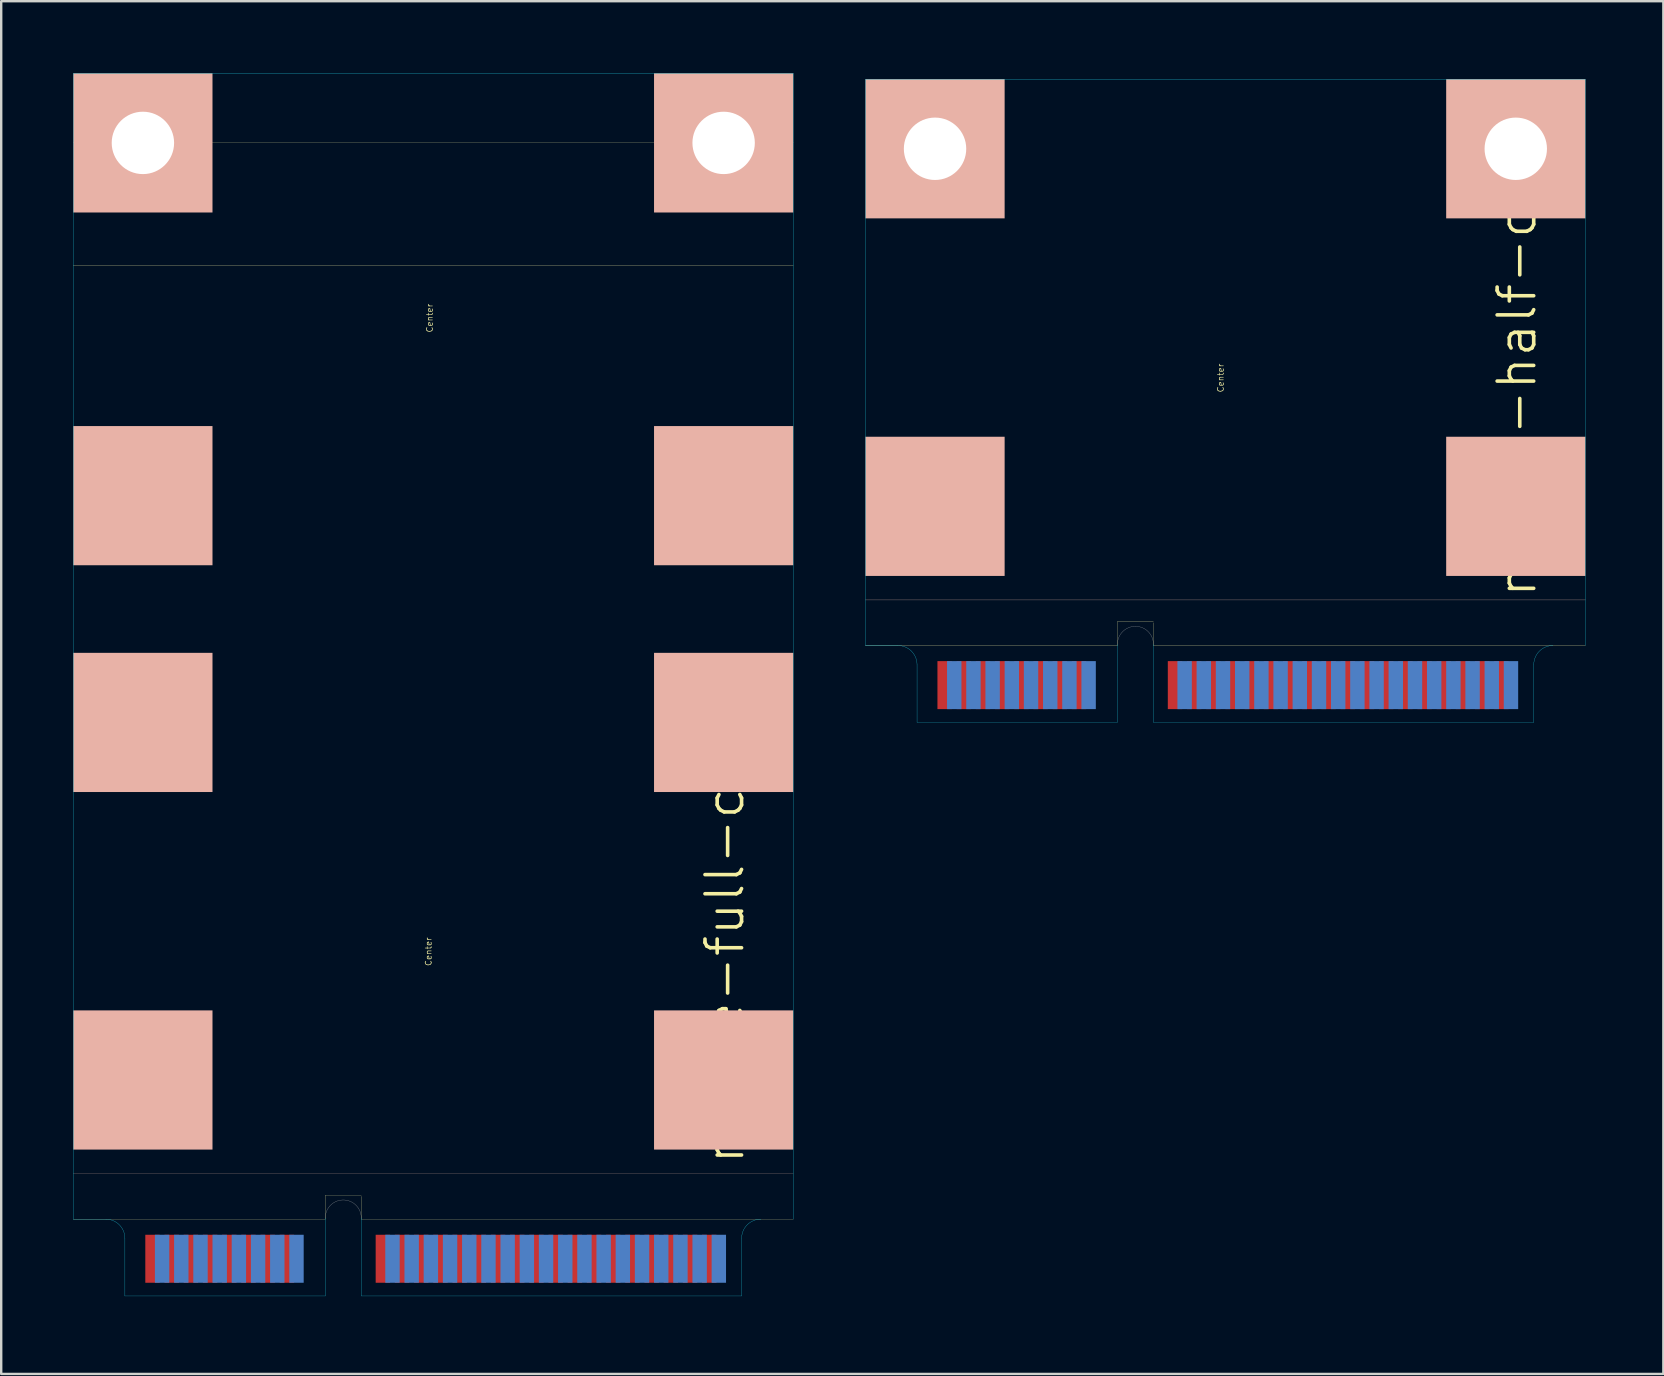
<source format=kicad_pcb>
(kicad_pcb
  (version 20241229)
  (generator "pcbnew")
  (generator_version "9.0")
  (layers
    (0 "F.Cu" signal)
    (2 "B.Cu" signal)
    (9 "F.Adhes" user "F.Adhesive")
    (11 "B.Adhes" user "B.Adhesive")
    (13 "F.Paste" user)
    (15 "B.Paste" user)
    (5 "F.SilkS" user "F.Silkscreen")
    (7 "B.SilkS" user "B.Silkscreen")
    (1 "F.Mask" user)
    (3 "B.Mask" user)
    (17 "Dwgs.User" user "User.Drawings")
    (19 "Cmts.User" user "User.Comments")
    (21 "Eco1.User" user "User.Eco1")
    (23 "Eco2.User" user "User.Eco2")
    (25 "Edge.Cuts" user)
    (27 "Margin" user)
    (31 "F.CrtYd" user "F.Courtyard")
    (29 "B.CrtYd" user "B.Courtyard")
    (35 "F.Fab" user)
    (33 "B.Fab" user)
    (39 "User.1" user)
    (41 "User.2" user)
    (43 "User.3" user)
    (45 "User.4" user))
  (footprint "mpcie-full-card"
    (layer "F.Cu")
    (at 15.005 50.955)
    (property "Reference" "mpcie-full-card" (at 12.15 -15.2 90) (layer "F.SilkS") (effects (font (size 1.524 1.524) (thickness 0.15))))
    (attr through_hole)
    (fp_line (start -15 -3.2) (end -4.5 -3.2) (stroke (width 0.01) (type solid)) (layer "F.SilkS"))
    (fp_line (start -4.5 -4.2) (end -3 -4.2) (stroke (width 0.01) (type solid)) (layer "F.SilkS"))
    (fp_line (start -4.5 -3.2) (end -4.5 -4.2) (stroke (width 0.01) (type solid)) (layer "F.SilkS"))
    (fp_line (start -3 -4.15) (end -3 -3.2) (stroke (width 0.01) (type solid)) (layer "F.SilkS"))
    (fp_line (start -3 -3.2) (end 15 -3.2) (stroke (width 0.01) (type solid)) (layer "F.SilkS"))
    (fp_line (start 15 -48.05) (end -15 -48.05) (stroke (width 0.01) (type solid)) (layer "F.SilkS"))
    (fp_line (start 15 -42.95) (end -15 -42.95) (stroke (width 0.01) (type solid)) (layer "F.SilkS"))
    (fp_line (start -15 -5.1) (end 15 -5.1) (stroke (width 0.01) (type solid)) (layer "B.SilkS"))
    (fp_line (start -3.75 -4.5) (end -3.75 -0.15) (stroke (width 0.01) (type solid)) (layer "Eco1.User"))
    (fp_line (start 0 0) (end 0 -50.95) (stroke (width 0.01) (type solid)) (layer "Eco1.User"))
    (fp_line (start 15 -3.2) (end 13.65 -3.2) (stroke (width 0.01) (type solid)) (layer "Eco2.User"))
    (fp_line (start -15 -50.95) (end -15 -3.2) (stroke (width 0.01) (type solid)) (layer "B.CrtYd"))
    (fp_line (start -13.65 -3.2) (end -15 -3.2) (stroke (width 0.01) (type solid)) (layer "B.CrtYd"))
    (fp_line (start -12.85 0) (end -12.85 -2.4) (stroke (width 0.01) (type solid)) (layer "B.CrtYd"))
    (fp_line (start -4.5 0) (end -12.85 0) (stroke (width 0.01) (type solid)) (layer "B.CrtYd"))
    (fp_line (start -4.5 0) (end -4.5 -3.25) (stroke (width 0.01) (type solid)) (layer "B.CrtYd"))
    (fp_line (start -3 0) (end -3 -3.25) (stroke (width 0.01) (type solid)) (layer "B.CrtYd"))
    (fp_line (start -3 0) (end 12.85 0) (stroke (width 0.01) (type solid)) (layer "B.CrtYd"))
    (fp_line (start 12.85 0) (end 12.85 -2.4) (stroke (width 0.01) (type solid)) (layer "B.CrtYd"))
    (fp_line (start 15 -50.95) (end -15 -50.95) (stroke (width 0.01) (type solid)) (layer "B.CrtYd"))
    (fp_line (start 15 -3.2) (end 15 -50.95) (stroke (width 0.01) (type solid)) (layer "B.CrtYd"))
    (fp_arc (start -13.65 -3.2) (mid -13.084315 -2.965685) (end -12.85 -2.4) (stroke (width 0.01) (type solid)) (layer "B.CrtYd"))
    (fp_arc (start 12.85 -2.4) (mid 13.084315 -2.965685) (end 13.65 -3.2) (stroke (width 0.01) (type solid)) (layer "B.CrtYd"))
    (fp_arc (start -4.5 -3.25) (mid -3.75 -4) (end -3 -3.25) (stroke (width 0.01) (type solid)) (layer "F.Fab"))
    (fp_text user "Center" (at -0.15 -40.75 90) (layer "F.SilkS") (effects (font (size 0.25 0.25) (thickness 0.025))))
    (fp_text user "Center" (at -0.2 -14.35 90) (layer "F.SilkS") (effects (font (size 0.25 0.25) (thickness 0.025))))
    (pad "" np_thru_hole circle (at -12.1 -48.05) (size 2.6 2.6) (drill 2.6) (layers "*.Cu" "*.Mask" "F.SilkS"))
    (pad "" connect rect (at -12.1 -48.05) (size 5.8 5.8) (layers "B.SilkS"))
    (pad "" connect rect (at -12.1 -33.35) (size 5.8 5.8) (layers "B.SilkS"))
    (pad "" connect rect (at -12.1 -23.9) (size 5.8 5.8) (layers "B.SilkS"))
    (pad "" connect rect (at -12.1 -9) (size 5.8 5.8) (layers "B.SilkS"))
    (pad "" np_thru_hole circle (at 12.1 -48.05) (size 2.6 2.6) (drill 2.6) (layers "*.Cu" "*.Mask" "F.SilkS"))
    (pad "" connect rect (at 12.1 -48.05) (size 5.8 5.8) (layers "B.SilkS"))
    (pad "" connect rect (at 12.1 -33.35) (size 5.8 5.8) (layers "B.SilkS"))
    (pad "" connect rect (at 12.1 -23.9) (size 5.8 5.8) (layers "B.SilkS"))
    (pad "" connect rect (at 12.1 -9) (size 5.8 5.8) (layers "B.SilkS"))
    (pad "1" smd rect (at -11.7 -1.55) (size 0.6 2) (layers "F.Cu" "F.Mask"))
    (pad "2" smd rect (at -11.3 -1.55) (size 0.6 2) (layers "B.Cu" "B.Mask"))
    (pad "3" smd rect (at -10.9 -1.55) (size 0.6 2) (layers "F.Cu" "F.Mask"))
    (pad "4" smd rect (at -10.5 -1.55) (size 0.6 2) (layers "B.Cu" "B.Mask"))
    (pad "5" smd rect (at -10.1 -1.55) (size 0.6 2) (layers "F.Cu" "F.Mask"))
    (pad "6" smd rect (at -9.7 -1.55) (size 0.6 2) (layers "B.Cu" "B.Mask"))
    (pad "7" smd rect (at -9.3 -1.55) (size 0.6 2) (layers "F.Cu" "F.Mask"))
    (pad "8" smd rect (at -8.9 -1.55) (size 0.6 2) (layers "B.Cu" "B.Mask"))
    (pad "9" smd rect (at -8.5 -1.55) (size 0.6 2) (layers "F.Cu" "F.Mask"))
    (pad "10" smd rect (at -8.1 -1.55) (size 0.6 2) (layers "B.Cu" "B.Mask"))
    (pad "11" smd rect (at -7.7 -1.55) (size 0.6 2) (layers "F.Cu" "F.Mask"))
    (pad "12" smd rect (at -7.3 -1.55) (size 0.6 2) (layers "B.Cu" "B.Mask"))
    (pad "13" smd rect (at -6.9 -1.55) (size 0.6 2) (layers "F.Cu" "F.Mask"))
    (pad "14" smd rect (at -6.5 -1.55) (size 0.6 2) (layers "B.Cu" "B.Mask"))
    (pad "15" smd rect (at -6.1 -1.55) (size 0.6 2) (layers "F.Cu" "F.Mask"))
    (pad "16" smd rect (at -5.7 -1.55) (size 0.6 2) (layers "B.Cu" "B.Mask"))
    (pad "17" smd rect (at -2.1 -1.55) (size 0.6 2) (layers "F.Cu" "F.Mask"))
    (pad "18" smd rect (at -1.7 -1.55) (size 0.6 2) (layers "B.Cu" "B.Mask"))
    (pad "19" smd rect (at -1.3 -1.55) (size 0.6 2) (layers "F.Cu" "F.Mask"))
    (pad "20" smd rect (at -0.9 -1.55) (size 0.6 2) (layers "B.Cu" "B.Mask"))
    (pad "21" smd rect (at -0.5 -1.55) (size 0.6 2) (layers "F.Cu" "F.Mask"))
    (pad "22" smd rect (at -0.1 -1.55) (size 0.6 2) (layers "B.Cu" "B.Mask"))
    (pad "23" smd rect (at 0.3 -1.55) (size 0.6 2) (layers "F.Cu" "F.Mask"))
    (pad "24" smd rect (at 0.7 -1.55) (size 0.6 2) (layers "B.Cu" "B.Mask"))
    (pad "25" smd rect (at 1.1 -1.55) (size 0.6 2) (layers "F.Cu" "F.Mask"))
    (pad "26" smd rect (at 1.5 -1.55) (size 0.6 2) (layers "B.Cu" "B.Mask"))
    (pad "27" smd rect (at 1.9 -1.55) (size 0.6 2) (layers "F.Cu" "F.Mask"))
    (pad "28" smd rect (at 2.3 -1.55) (size 0.6 2) (layers "B.Cu" "B.Mask"))
    (pad "29" smd rect (at 2.7 -1.55) (size 0.6 2) (layers "F.Cu" "F.Mask"))
    (pad "30" smd rect (at 3.1 -1.55) (size 0.6 2) (layers "B.Cu" "B.Mask"))
    (pad "31" smd rect (at 3.5 -1.55) (size 0.6 2) (layers "F.Cu" "F.Mask"))
    (pad "32" smd rect (at 3.9 -1.55) (size 0.6 2) (layers "B.Cu" "B.Mask"))
    (pad "33" smd rect (at 4.3 -1.55) (size 0.6 2) (layers "F.Cu" "F.Mask"))
    (pad "34" smd rect (at 4.7 -1.55) (size 0.6 2) (layers "B.Cu" "B.Mask"))
    (pad "35" smd rect (at 5.1 -1.55) (size 0.6 2) (layers "F.Cu" "F.Mask"))
    (pad "36" smd rect (at 5.5 -1.55) (size 0.6 2) (layers "B.Cu" "B.Mask"))
    (pad "37" smd rect (at 5.9 -1.55) (size 0.6 2) (layers "F.Cu" "F.Mask"))
    (pad "38" smd rect (at 6.3 -1.55) (size 0.6 2) (layers "B.Cu" "B.Mask"))
    (pad "39" smd rect (at 6.7 -1.55) (size 0.6 2) (layers "F.Cu" "F.Mask"))
    (pad "40" smd rect (at 7.1 -1.55) (size 0.6 2) (layers "B.Cu" "B.Mask"))
    (pad "41" smd rect (at 7.5 -1.55) (size 0.6 2) (layers "F.Cu" "F.Mask"))
    (pad "42" smd rect (at 7.9 -1.55) (size 0.6 2) (layers "B.Cu" "B.Mask"))
    (pad "43" smd rect (at 8.3 -1.55) (size 0.6 2) (layers "F.Cu" "F.Mask"))
    (pad "44" smd rect (at 8.7 -1.55) (size 0.6 2) (layers "B.Cu" "B.Mask"))
    (pad "45" smd rect (at 9.1 -1.55) (size 0.6 2) (layers "F.Cu" "F.Mask"))
    (pad "46" smd rect (at 9.5 -1.55) (size 0.6 2) (layers "B.Cu" "B.Mask"))
    (pad "47" smd rect (at 9.9 -1.55) (size 0.6 2) (layers "F.Cu" "F.Mask"))
    (pad "48" smd rect (at 10.3 -1.55) (size 0.6 2) (layers "B.Cu" "B.Mask"))
    (pad "49" smd rect (at 10.7 -1.55) (size 0.6 2) (layers "F.Cu" "F.Mask"))
    (pad "50" smd rect (at 11.1 -1.55) (size 0.6 2) (layers "B.Cu" "B.Mask"))
    (pad "51" smd rect (at 11.5 -1.55) (size 0.6 2) (layers "F.Cu" "F.Mask"))
    (pad "52" smd rect (at 11.9 -1.55) (size 0.6 2) (layers "B.Cu" "B.Mask")))
  (footprint "mpcie-half-card"
    (layer "F.Cu")
    (at 63.015 0.25)
    (property "Reference" "mpcie-half-card" (at -2.85 11.6 90) (layer "F.SilkS") (effects (font (size 1.524 1.524) (thickness 0.15))))
    (attr through_hole)
    (fp_line (start -30 23.6) (end -19.5 23.6) (stroke (width 0.01) (type solid)) (layer "F.SilkS"))
    (fp_line (start -19.5 22.6) (end -18 22.6) (stroke (width 0.01) (type solid)) (layer "F.SilkS"))
    (fp_line (start -19.5 23.6) (end -19.5 22.6) (stroke (width 0.01) (type solid)) (layer "F.SilkS"))
    (fp_line (start -18 22.65) (end -18 23.6) (stroke (width 0.01) (type solid)) (layer "F.SilkS"))
    (fp_line (start -18 23.6) (end 0 23.6) (stroke (width 0.01) (type solid)) (layer "F.SilkS"))
    (fp_line (start -30 21.7) (end 0 21.7) (stroke (width 0.01) (type solid)) (layer "B.SilkS"))
    (fp_line (start -18.75 22.3) (end -18.75 26.65) (stroke (width 0.01) (type solid)) (layer "Eco1.User"))
    (fp_line (start -15 26.8) (end -15 0) (stroke (width 0.01) (type solid)) (layer "Eco1.User"))
    (fp_line (start 0 23.6) (end -1.35 23.6) (stroke (width 0.01) (type solid)) (layer "Eco2.User"))
    (fp_line (start -30 0) (end -30 23.6) (stroke (width 0.01) (type solid)) (layer "B.CrtYd"))
    (fp_line (start -28.65 23.6) (end -30 23.6) (stroke (width 0.01) (type solid)) (layer "B.CrtYd"))
    (fp_line (start -27.85 26.8) (end -27.85 24.4) (stroke (width 0.01) (type solid)) (layer "B.CrtYd"))
    (fp_line (start -19.5 26.8) (end -27.85 26.8) (stroke (width 0.01) (type solid)) (layer "B.CrtYd"))
    (fp_line (start -19.5 26.8) (end -19.5 23.55) (stroke (width 0.01) (type solid)) (layer "B.CrtYd"))
    (fp_line (start -18 26.8) (end -18 23.55) (stroke (width 0.01) (type solid)) (layer "B.CrtYd"))
    (fp_line (start -18 26.8) (end -2.15 26.8) (stroke (width 0.01) (type solid)) (layer "B.CrtYd"))
    (fp_line (start -2.15 26.8) (end -2.15 24.4) (stroke (width 0.01) (type solid)) (layer "B.CrtYd"))
    (fp_line (start 0 0) (end -30 0) (stroke (width 0.01) (type solid)) (layer "B.CrtYd"))
    (fp_line (start 0 23.6) (end 0 0) (stroke (width 0.01) (type solid)) (layer "B.CrtYd"))
    (fp_arc (start -28.65 23.6) (mid -28.084315 23.834315) (end -27.85 24.4) (stroke (width 0.01) (type solid)) (layer "B.CrtYd"))
    (fp_arc (start -2.15 24.4) (mid -1.915685 23.834315) (end -1.35 23.6) (stroke (width 0.01) (type solid)) (layer "B.CrtYd"))
    (fp_arc (start -19.5 23.55) (mid -18.75 22.8) (end -18 23.55) (stroke (width 0.01) (type solid)) (layer "F.Fab"))
    (fp_text user "Center" (at -15.2 12.45 90) (layer "F.SilkS") (effects (font (size 0.25 0.25) (thickness 0.025))))
    (pad "" np_thru_hole circle (at -27.1 2.9) (size 2.6 2.6) (drill 2.6) (layers "*.Cu" "*.Mask" "F.SilkS"))
    (pad "" connect rect (at -27.1 2.9) (size 5.8 5.8) (layers "B.SilkS"))
    (pad "" connect rect (at -27.1 17.8) (size 5.8 5.8) (layers "B.SilkS"))
    (pad "" np_thru_hole circle (at -2.9 2.9) (size 2.6 2.6) (drill 2.6) (layers "*.Cu" "*.Mask" "F.SilkS"))
    (pad "" connect rect (at -2.9 2.9) (size 5.8 5.8) (layers "B.SilkS"))
    (pad "" connect rect (at -2.9 17.8) (size 5.8 5.8) (layers "B.SilkS"))
    (pad "1" smd rect (at -26.7 25.25) (size 0.6 2) (layers "F.Cu" "F.Mask" "F.Paste"))
    (pad "2" smd rect (at -26.3 25.25) (size 0.6 2) (layers "F.Mask" "B.Cu" "F.Paste"))
    (pad "3" smd rect (at -25.9 25.25) (size 0.6 2) (layers "F.Cu" "F.Mask" "F.Paste"))
    (pad "4" smd rect (at -25.5 25.25) (size 0.6 2) (layers "F.Mask" "B.Cu" "F.Paste"))
    (pad "5" smd rect (at -25.1 25.25) (size 0.6 2) (layers "F.Cu" "F.Mask" "F.Paste"))
    (pad "6" smd rect (at -24.7 25.25) (size 0.6 2) (layers "F.Mask" "B.Cu" "F.Paste"))
    (pad "7" smd rect (at -24.3 25.25) (size 0.6 2) (layers "F.Cu" "F.Mask" "F.Paste"))
    (pad "8" smd rect (at -23.9 25.25) (size 0.6 2) (layers "F.Mask" "B.Cu" "F.Paste"))
    (pad "9" smd rect (at -23.5 25.25) (size 0.6 2) (layers "F.Cu" "F.Mask" "F.Paste"))
    (pad "10" smd rect (at -23.1 25.25) (size 0.6 2) (layers "F.Mask" "B.Cu" "F.Paste"))
    (pad "11" smd rect (at -22.7 25.25) (size 0.6 2) (layers "F.Cu" "F.Mask" "F.Paste"))
    (pad "12" smd rect (at -22.3 25.25) (size 0.6 2) (layers "F.Mask" "B.Cu" "F.Paste"))
    (pad "13" smd rect (at -21.9 25.25) (size 0.6 2) (layers "F.Cu" "F.Mask" "F.Paste"))
    (pad "14" smd rect (at -21.5 25.25) (size 0.6 2) (layers "F.Mask" "B.Cu" "F.Paste"))
    (pad "15" smd rect (at -21.1 25.25) (size 0.6 2) (layers "F.Cu" "F.Mask" "F.Paste"))
    (pad "16" smd rect (at -20.7 25.25) (size 0.6 2) (layers "F.Mask" "B.Cu" "F.Paste"))
    (pad "17" smd rect (at -17.1 25.25) (size 0.6 2) (layers "F.Cu" "F.Mask" "F.Paste"))
    (pad "18" smd rect (at -16.7 25.25) (size 0.6 2) (layers "F.Mask" "B.Cu" "F.Paste"))
    (pad "19" smd rect (at -16.3 25.25) (size 0.6 2) (layers "F.Cu" "F.Mask" "F.Paste"))
    (pad "20" smd rect (at -15.9 25.25) (size 0.6 2) (layers "F.Mask" "B.Cu" "F.Paste"))
    (pad "21" smd rect (at -15.5 25.25) (size 0.6 2) (layers "F.Cu" "F.Mask" "F.Paste"))
    (pad "22" smd rect (at -15.1 25.25) (size 0.6 2) (layers "F.Mask" "B.Cu" "F.Paste"))
    (pad "23" smd rect (at -14.7 25.25) (size 0.6 2) (layers "F.Cu" "F.Mask" "F.Paste"))
    (pad "24" smd rect (at -14.3 25.25) (size 0.6 2) (layers "F.Mask" "B.Cu" "F.Paste"))
    (pad "25" smd rect (at -13.9 25.25) (size 0.6 2) (layers "F.Cu" "F.Mask" "F.Paste"))
    (pad "26" smd rect (at -13.5 25.25) (size 0.6 2) (layers "F.Mask" "B.Cu" "F.Paste"))
    (pad "27" smd rect (at -13.1 25.25) (size 0.6 2) (layers "F.Cu" "F.Mask" "F.Paste"))
    (pad "28" smd rect (at -12.7 25.25) (size 0.6 2) (layers "F.Mask" "B.Cu" "F.Paste"))
    (pad "29" smd rect (at -12.3 25.25) (size 0.6 2) (layers "F.Cu" "F.Mask" "F.Paste"))
    (pad "30" smd rect (at -11.9 25.25) (size 0.6 2) (layers "F.Mask" "B.Cu" "F.Paste"))
    (pad "31" smd rect (at -11.5 25.25) (size 0.6 2) (layers "F.Cu" "F.Mask" "F.Paste"))
    (pad "32" smd rect (at -11.1 25.25) (size 0.6 2) (layers "F.Mask" "B.Cu" "F.Paste"))
    (pad "33" smd rect (at -10.7 25.25) (size 0.6 2) (layers "F.Cu" "F.Mask" "F.Paste"))
    (pad "34" smd rect (at -10.3 25.25) (size 0.6 2) (layers "F.Mask" "B.Cu" "F.Paste"))
    (pad "35" smd rect (at -9.9 25.25) (size 0.6 2) (layers "F.Cu" "F.Mask" "F.Paste"))
    (pad "36" smd rect (at -9.5 25.25) (size 0.6 2) (layers "F.Mask" "B.Cu" "F.Paste"))
    (pad "37" smd rect (at -9.1 25.25) (size 0.6 2) (layers "F.Cu" "F.Mask" "F.Paste"))
    (pad "38" smd rect (at -8.7 25.25) (size 0.6 2) (layers "F.Mask" "B.Cu" "F.Paste"))
    (pad "39" smd rect (at -8.3 25.25) (size 0.6 2) (layers "F.Cu" "F.Mask" "F.Paste"))
    (pad "40" smd rect (at -7.9 25.25) (size 0.6 2) (layers "F.Mask" "B.Cu" "F.Paste"))
    (pad "41" smd rect (at -7.5 25.25) (size 0.6 2) (layers "F.Cu" "F.Mask" "F.Paste"))
    (pad "42" smd rect (at -7.1 25.25) (size 0.6 2) (layers "F.Mask" "B.Cu" "F.Paste"))
    (pad "43" smd rect (at -6.7 25.25) (size 0.6 2) (layers "F.Cu" "F.Mask" "F.Paste"))
    (pad "44" smd rect (at -6.3 25.25) (size 0.6 2) (layers "F.Mask" "B.Cu" "F.Paste"))
    (pad "45" smd rect (at -5.9 25.25) (size 0.6 2) (layers "F.Cu" "F.Mask" "F.Paste"))
    (pad "46" smd rect (at -5.5 25.25) (size 0.6 2) (layers "F.Mask" "B.Cu" "F.Paste"))
    (pad "47" smd rect (at -5.1 25.25) (size 0.6 2) (layers "F.Cu" "F.Mask" "F.Paste"))
    (pad "48" smd rect (at -4.7 25.25) (size 0.6 2) (layers "F.Mask" "B.Cu" "F.Paste"))
    (pad "49" smd rect (at -4.3 25.25) (size 0.6 2) (layers "F.Cu" "F.Mask" "F.Paste"))
    (pad "50" smd rect (at -3.9 25.25) (size 0.6 2) (layers "F.Mask" "B.Cu" "F.Paste"))
    (pad "51" smd rect (at -3.5 25.25) (size 0.6 2) (layers "F.Cu" "F.Mask" "F.Paste"))
    (pad "52" smd rect (at -3.1 25.25) (size 0.6 2) (layers "F.Mask" "B.Cu" "F.Paste")))
  (gr_rect
    (start -3 -3)
    (end 66.265 54.205)
    (stroke (width 0.1) (type default))
    (fill no)
    (layer "Edge.Cuts")))
</source>
